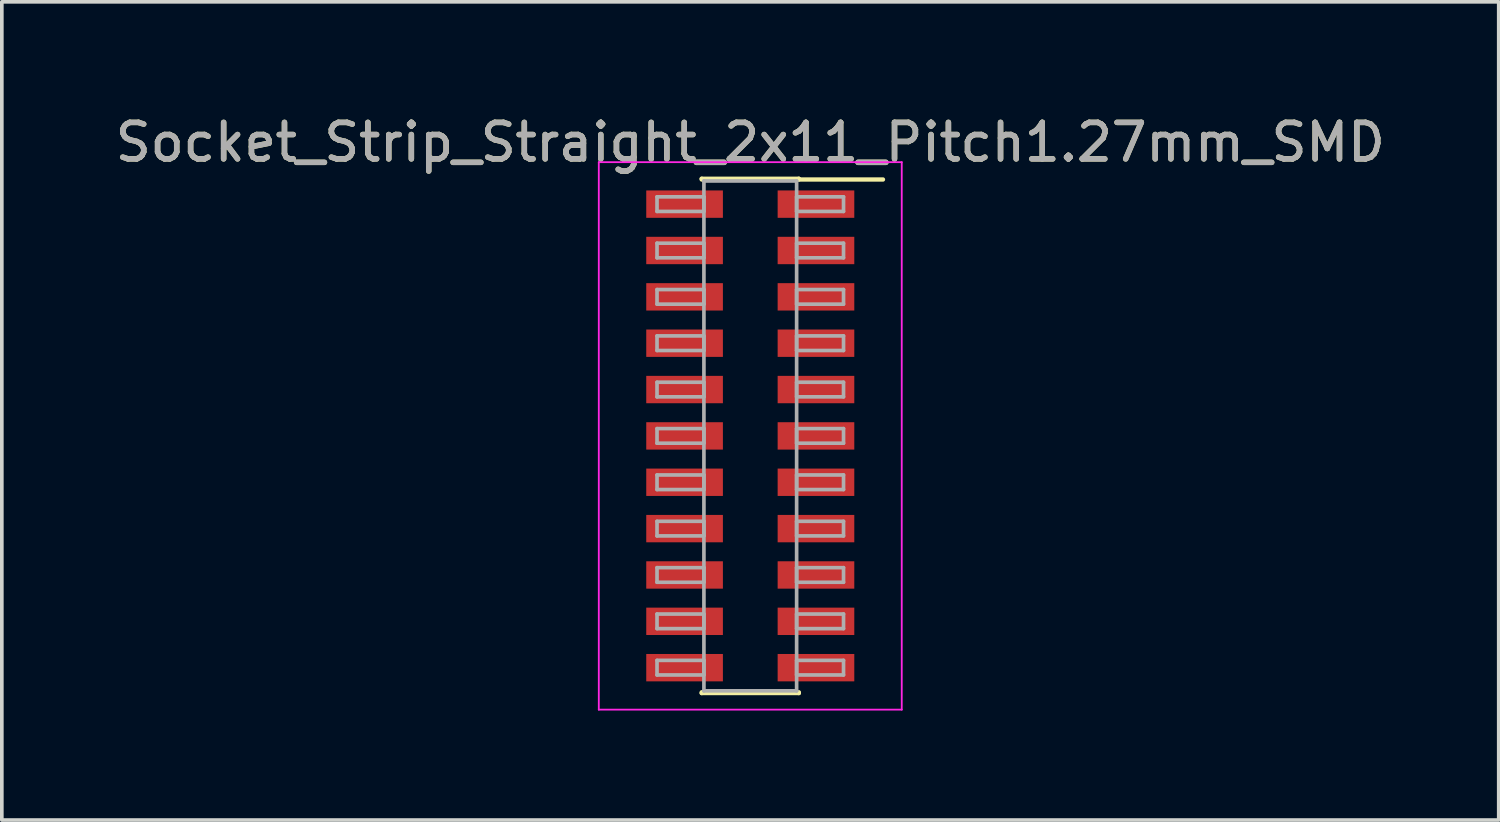
<source format=kicad_pcb>
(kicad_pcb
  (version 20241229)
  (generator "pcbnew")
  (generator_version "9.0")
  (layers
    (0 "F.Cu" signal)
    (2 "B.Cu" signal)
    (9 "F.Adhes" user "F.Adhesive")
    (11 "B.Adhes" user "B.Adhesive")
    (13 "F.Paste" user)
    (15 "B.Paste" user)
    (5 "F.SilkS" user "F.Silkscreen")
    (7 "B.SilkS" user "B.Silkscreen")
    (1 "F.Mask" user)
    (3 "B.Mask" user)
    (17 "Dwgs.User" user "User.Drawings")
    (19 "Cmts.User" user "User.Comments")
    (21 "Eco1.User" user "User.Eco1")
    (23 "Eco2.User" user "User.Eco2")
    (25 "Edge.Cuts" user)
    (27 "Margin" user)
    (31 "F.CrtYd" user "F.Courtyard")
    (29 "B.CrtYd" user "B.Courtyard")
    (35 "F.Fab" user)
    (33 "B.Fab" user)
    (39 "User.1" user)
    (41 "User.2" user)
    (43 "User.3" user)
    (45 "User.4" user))
  (footprint "Socket_Strip_Straight_2x11_Pitch1.27mm_SMD"
    (layer "F.Cu")
    (at 17.506 8.893)
    (property "Reference" "Socket_Strip_Straight_2x11_Pitch1.27mm_SMD" (at 0 -8.045 0) (layer "F.SilkS") (effects (font (size 1 1) (thickness 0.15))))
    (attr smd)
    (fp_line (start -1.33 -7.045) (end 1.33 -7.045) (stroke (width 0.12) (type solid)) (layer "F.SilkS"))
    (fp_line (start -1.33 -7.025) (end -1.33 -7.045) (stroke (width 0.12) (type solid)) (layer "F.SilkS"))
    (fp_line (start -1.33 7.025) (end -1.33 7.045) (stroke (width 0.12) (type solid)) (layer "F.SilkS"))
    (fp_line (start -1.33 7.045) (end 1.33 7.045) (stroke (width 0.12) (type solid)) (layer "F.SilkS"))
    (fp_line (start 1.33 -7.045) (end 1.33 -7.025) (stroke (width 0.12) (type solid)) (layer "F.SilkS"))
    (fp_line (start 1.33 7.045) (end 1.33 7.025) (stroke (width 0.12) (type solid)) (layer "F.SilkS"))
    (fp_line (start 3.635 -7.025) (end 1.33 -7.025) (stroke (width 0.12) (type solid)) (layer "F.SilkS"))
    (fp_line (start -4.15 -7.5) (end -4.15 7.5) (stroke (width 0.05) (type solid)) (layer "F.CrtYd"))
    (fp_line (start -4.15 7.5) (end 4.15 7.5) (stroke (width 0.05) (type solid)) (layer "F.CrtYd"))
    (fp_line (start 4.15 -7.5) (end -4.15 -7.5) (stroke (width 0.05) (type solid)) (layer "F.CrtYd"))
    (fp_line (start 4.15 7.5) (end 4.15 -7.5) (stroke (width 0.05) (type solid)) (layer "F.CrtYd"))
    (fp_line (start -2.555 -6.55) (end -1.27 -6.55) (stroke (width 0.1) (type solid)) (layer "F.Fab"))
    (fp_line (start -2.555 -6.15) (end -2.555 -6.55) (stroke (width 0.1) (type solid)) (layer "F.Fab"))
    (fp_line (start -2.555 -5.28) (end -1.27 -5.28) (stroke (width 0.1) (type solid)) (layer "F.Fab"))
    (fp_line (start -2.555 -4.88) (end -2.555 -5.28) (stroke (width 0.1) (type solid)) (layer "F.Fab"))
    (fp_line (start -2.555 -4.01) (end -1.27 -4.01) (stroke (width 0.1) (type solid)) (layer "F.Fab"))
    (fp_line (start -2.555 -3.61) (end -2.555 -4.01) (stroke (width 0.1) (type solid)) (layer "F.Fab"))
    (fp_line (start -2.555 -2.74) (end -1.27 -2.74) (stroke (width 0.1) (type solid)) (layer "F.Fab"))
    (fp_line (start -2.555 -2.34) (end -2.555 -2.74) (stroke (width 0.1) (type solid)) (layer "F.Fab"))
    (fp_line (start -2.555 -1.47) (end -1.27 -1.47) (stroke (width 0.1) (type solid)) (layer "F.Fab"))
    (fp_line (start -2.555 -1.07) (end -2.555 -1.47) (stroke (width 0.1) (type solid)) (layer "F.Fab"))
    (fp_line (start -2.555 -0.2) (end -1.27 -0.2) (stroke (width 0.1) (type solid)) (layer "F.Fab"))
    (fp_line (start -2.555 0.2) (end -2.555 -0.2) (stroke (width 0.1) (type solid)) (layer "F.Fab"))
    (fp_line (start -2.555 1.07) (end -1.27 1.07) (stroke (width 0.1) (type solid)) (layer "F.Fab"))
    (fp_line (start -2.555 1.47) (end -2.555 1.07) (stroke (width 0.1) (type solid)) (layer "F.Fab"))
    (fp_line (start -2.555 2.34) (end -1.27 2.34) (stroke (width 0.1) (type solid)) (layer "F.Fab"))
    (fp_line (start -2.555 2.74) (end -2.555 2.34) (stroke (width 0.1) (type solid)) (layer "F.Fab"))
    (fp_line (start -2.555 3.61) (end -1.27 3.61) (stroke (width 0.1) (type solid)) (layer "F.Fab"))
    (fp_line (start -2.555 4.01) (end -2.555 3.61) (stroke (width 0.1) (type solid)) (layer "F.Fab"))
    (fp_line (start -2.555 4.88) (end -1.27 4.88) (stroke (width 0.1) (type solid)) (layer "F.Fab"))
    (fp_line (start -2.555 5.28) (end -2.555 4.88) (stroke (width 0.1) (type solid)) (layer "F.Fab"))
    (fp_line (start -2.555 6.15) (end -1.27 6.15) (stroke (width 0.1) (type solid)) (layer "F.Fab"))
    (fp_line (start -2.555 6.55) (end -2.555 6.15) (stroke (width 0.1) (type solid)) (layer "F.Fab"))
    (fp_line (start -1.27 -6.985) (end -1.27 6.985) (stroke (width 0.1) (type solid)) (layer "F.Fab"))
    (fp_line (start -1.27 -6.55) (end -1.27 -6.15) (stroke (width 0.1) (type solid)) (layer "F.Fab"))
    (fp_line (start -1.27 -6.15) (end -2.555 -6.15) (stroke (width 0.1) (type solid)) (layer "F.Fab"))
    (fp_line (start -1.27 -5.28) (end -1.27 -4.88) (stroke (width 0.1) (type solid)) (layer "F.Fab"))
    (fp_line (start -1.27 -4.88) (end -2.555 -4.88) (stroke (width 0.1) (type solid)) (layer "F.Fab"))
    (fp_line (start -1.27 -4.01) (end -1.27 -3.61) (stroke (width 0.1) (type solid)) (layer "F.Fab"))
    (fp_line (start -1.27 -3.61) (end -2.555 -3.61) (stroke (width 0.1) (type solid)) (layer "F.Fab"))
    (fp_line (start -1.27 -2.74) (end -1.27 -2.34) (stroke (width 0.1) (type solid)) (layer "F.Fab"))
    (fp_line (start -1.27 -2.34) (end -2.555 -2.34) (stroke (width 0.1) (type solid)) (layer "F.Fab"))
    (fp_line (start -1.27 -1.47) (end -1.27 -1.07) (stroke (width 0.1) (type solid)) (layer "F.Fab"))
    (fp_line (start -1.27 -1.07) (end -2.555 -1.07) (stroke (width 0.1) (type solid)) (layer "F.Fab"))
    (fp_line (start -1.27 -0.2) (end -1.27 0.2) (stroke (width 0.1) (type solid)) (layer "F.Fab"))
    (fp_line (start -1.27 0.2) (end -2.555 0.2) (stroke (width 0.1) (type solid)) (layer "F.Fab"))
    (fp_line (start -1.27 1.07) (end -1.27 1.47) (stroke (width 0.1) (type solid)) (layer "F.Fab"))
    (fp_line (start -1.27 1.47) (end -2.555 1.47) (stroke (width 0.1) (type solid)) (layer "F.Fab"))
    (fp_line (start -1.27 2.34) (end -1.27 2.74) (stroke (width 0.1) (type solid)) (layer "F.Fab"))
    (fp_line (start -1.27 2.74) (end -2.555 2.74) (stroke (width 0.1) (type solid)) (layer "F.Fab"))
    (fp_line (start -1.27 3.61) (end -1.27 4.01) (stroke (width 0.1) (type solid)) (layer "F.Fab"))
    (fp_line (start -1.27 4.01) (end -2.555 4.01) (stroke (width 0.1) (type solid)) (layer "F.Fab"))
    (fp_line (start -1.27 4.88) (end -1.27 5.28) (stroke (width 0.1) (type solid)) (layer "F.Fab"))
    (fp_line (start -1.27 5.28) (end -2.555 5.28) (stroke (width 0.1) (type solid)) (layer "F.Fab"))
    (fp_line (start -1.27 6.15) (end -1.27 6.55) (stroke (width 0.1) (type solid)) (layer "F.Fab"))
    (fp_line (start -1.27 6.55) (end -2.555 6.55) (stroke (width 0.1) (type solid)) (layer "F.Fab"))
    (fp_line (start -1.27 6.985) (end 1.27 6.985) (stroke (width 0.1) (type solid)) (layer "F.Fab"))
    (fp_line (start 1.27 -6.985) (end -1.27 -6.985) (stroke (width 0.1) (type solid)) (layer "F.Fab"))
    (fp_line (start 1.27 -6.55) (end 1.27 -6.15) (stroke (width 0.1) (type solid)) (layer "F.Fab"))
    (fp_line (start 1.27 -6.15) (end 2.555 -6.15) (stroke (width 0.1) (type solid)) (layer "F.Fab"))
    (fp_line (start 1.27 -5.28) (end 1.27 -4.88) (stroke (width 0.1) (type solid)) (layer "F.Fab"))
    (fp_line (start 1.27 -4.88) (end 2.555 -4.88) (stroke (width 0.1) (type solid)) (layer "F.Fab"))
    (fp_line (start 1.27 -4.01) (end 1.27 -3.61) (stroke (width 0.1) (type solid)) (layer "F.Fab"))
    (fp_line (start 1.27 -3.61) (end 2.555 -3.61) (stroke (width 0.1) (type solid)) (layer "F.Fab"))
    (fp_line (start 1.27 -2.74) (end 1.27 -2.34) (stroke (width 0.1) (type solid)) (layer "F.Fab"))
    (fp_line (start 1.27 -2.34) (end 2.555 -2.34) (stroke (width 0.1) (type solid)) (layer "F.Fab"))
    (fp_line (start 1.27 -1.47) (end 1.27 -1.07) (stroke (width 0.1) (type solid)) (layer "F.Fab"))
    (fp_line (start 1.27 -1.07) (end 2.555 -1.07) (stroke (width 0.1) (type solid)) (layer "F.Fab"))
    (fp_line (start 1.27 -0.2) (end 1.27 0.2) (stroke (width 0.1) (type solid)) (layer "F.Fab"))
    (fp_line (start 1.27 0.2) (end 2.555 0.2) (stroke (width 0.1) (type solid)) (layer "F.Fab"))
    (fp_line (start 1.27 1.07) (end 1.27 1.47) (stroke (width 0.1) (type solid)) (layer "F.Fab"))
    (fp_line (start 1.27 1.47) (end 2.555 1.47) (stroke (width 0.1) (type solid)) (layer "F.Fab"))
    (fp_line (start 1.27 2.34) (end 1.27 2.74) (stroke (width 0.1) (type solid)) (layer "F.Fab"))
    (fp_line (start 1.27 2.74) (end 2.555 2.74) (stroke (width 0.1) (type solid)) (layer "F.Fab"))
    (fp_line (start 1.27 3.61) (end 1.27 4.01) (stroke (width 0.1) (type solid)) (layer "F.Fab"))
    (fp_line (start 1.27 4.01) (end 2.555 4.01) (stroke (width 0.1) (type solid)) (layer "F.Fab"))
    (fp_line (start 1.27 4.88) (end 1.27 5.28) (stroke (width 0.1) (type solid)) (layer "F.Fab"))
    (fp_line (start 1.27 5.28) (end 2.555 5.28) (stroke (width 0.1) (type solid)) (layer "F.Fab"))
    (fp_line (start 1.27 6.15) (end 1.27 6.55) (stroke (width 0.1) (type solid)) (layer "F.Fab"))
    (fp_line (start 1.27 6.55) (end 2.555 6.55) (stroke (width 0.1) (type solid)) (layer "F.Fab"))
    (fp_line (start 1.27 6.985) (end 1.27 -6.985) (stroke (width 0.1) (type solid)) (layer "F.Fab"))
    (fp_line (start 2.555 -6.55) (end 1.27 -6.55) (stroke (width 0.1) (type solid)) (layer "F.Fab"))
    (fp_line (start 2.555 -6.15) (end 2.555 -6.55) (stroke (width 0.1) (type solid)) (layer "F.Fab"))
    (fp_line (start 2.555 -5.28) (end 1.27 -5.28) (stroke (width 0.1) (type solid)) (layer "F.Fab"))
    (fp_line (start 2.555 -4.88) (end 2.555 -5.28) (stroke (width 0.1) (type solid)) (layer "F.Fab"))
    (fp_line (start 2.555 -4.01) (end 1.27 -4.01) (stroke (width 0.1) (type solid)) (layer "F.Fab"))
    (fp_line (start 2.555 -3.61) (end 2.555 -4.01) (stroke (width 0.1) (type solid)) (layer "F.Fab"))
    (fp_line (start 2.555 -2.74) (end 1.27 -2.74) (stroke (width 0.1) (type solid)) (layer "F.Fab"))
    (fp_line (start 2.555 -2.34) (end 2.555 -2.74) (stroke (width 0.1) (type solid)) (layer "F.Fab"))
    (fp_line (start 2.555 -1.47) (end 1.27 -1.47) (stroke (width 0.1) (type solid)) (layer "F.Fab"))
    (fp_line (start 2.555 -1.07) (end 2.555 -1.47) (stroke (width 0.1) (type solid)) (layer "F.Fab"))
    (fp_line (start 2.555 -0.2) (end 1.27 -0.2) (stroke (width 0.1) (type solid)) (layer "F.Fab"))
    (fp_line (start 2.555 0.2) (end 2.555 -0.2) (stroke (width 0.1) (type solid)) (layer "F.Fab"))
    (fp_line (start 2.555 1.07) (end 1.27 1.07) (stroke (width 0.1) (type solid)) (layer "F.Fab"))
    (fp_line (start 2.555 1.47) (end 2.555 1.07) (stroke (width 0.1) (type solid)) (layer "F.Fab"))
    (fp_line (start 2.555 2.34) (end 1.27 2.34) (stroke (width 0.1) (type solid)) (layer "F.Fab"))
    (fp_line (start 2.555 2.74) (end 2.555 2.34) (stroke (width 0.1) (type solid)) (layer "F.Fab"))
    (fp_line (start 2.555 3.61) (end 1.27 3.61) (stroke (width 0.1) (type solid)) (layer "F.Fab"))
    (fp_line (start 2.555 4.01) (end 2.555 3.61) (stroke (width 0.1) (type solid)) (layer "F.Fab"))
    (fp_line (start 2.555 4.88) (end 1.27 4.88) (stroke (width 0.1) (type solid)) (layer "F.Fab"))
    (fp_line (start 2.555 5.28) (end 2.555 4.88) (stroke (width 0.1) (type solid)) (layer "F.Fab"))
    (fp_line (start 2.555 6.15) (end 1.27 6.15) (stroke (width 0.1) (type solid)) (layer "F.Fab"))
    (fp_line (start 2.555 6.55) (end 2.555 6.15) (stroke (width 0.1) (type solid)) (layer "F.Fab"))
    (fp_text user "${REFERENCE}" (at 0 -8.045 0) (layer "F.Fab") (effects (font (size 1 1) (thickness 0.15))))
    (pad "1" smd rect (at 1.8 -6.35) (size 2.1 0.75) (layers "F.Cu" "F.Mask" "F.Paste"))
    (pad "2" smd rect (at -1.8 -6.35) (size 2.1 0.75) (layers "F.Cu" "F.Mask" "F.Paste"))
    (pad "3" smd rect (at 1.8 -5.08) (size 2.1 0.75) (layers "F.Cu" "F.Mask" "F.Paste"))
    (pad "4" smd rect (at -1.8 -5.08) (size 2.1 0.75) (layers "F.Cu" "F.Mask" "F.Paste"))
    (pad "5" smd rect (at 1.8 -3.81) (size 2.1 0.75) (layers "F.Cu" "F.Mask" "F.Paste"))
    (pad "6" smd rect (at -1.8 -3.81) (size 2.1 0.75) (layers "F.Cu" "F.Mask" "F.Paste"))
    (pad "7" smd rect (at 1.8 -2.54) (size 2.1 0.75) (layers "F.Cu" "F.Mask" "F.Paste"))
    (pad "8" smd rect (at -1.8 -2.54) (size 2.1 0.75) (layers "F.Cu" "F.Mask" "F.Paste"))
    (pad "9" smd rect (at 1.8 -1.27) (size 2.1 0.75) (layers "F.Cu" "F.Mask" "F.Paste"))
    (pad "10" smd rect (at -1.8 -1.27) (size 2.1 0.75) (layers "F.Cu" "F.Mask" "F.Paste"))
    (pad "11" smd rect (at 1.8 0) (size 2.1 0.75) (layers "F.Cu" "F.Mask" "F.Paste"))
    (pad "12" smd rect (at -1.8 0) (size 2.1 0.75) (layers "F.Cu" "F.Mask" "F.Paste"))
    (pad "13" smd rect (at 1.8 1.27) (size 2.1 0.75) (layers "F.Cu" "F.Mask" "F.Paste"))
    (pad "14" smd rect (at -1.8 1.27) (size 2.1 0.75) (layers "F.Cu" "F.Mask" "F.Paste"))
    (pad "15" smd rect (at 1.8 2.54) (size 2.1 0.75) (layers "F.Cu" "F.Mask" "F.Paste"))
    (pad "16" smd rect (at -1.8 2.54) (size 2.1 0.75) (layers "F.Cu" "F.Mask" "F.Paste"))
    (pad "17" smd rect (at 1.8 3.81) (size 2.1 0.75) (layers "F.Cu" "F.Mask" "F.Paste"))
    (pad "18" smd rect (at -1.8 3.81) (size 2.1 0.75) (layers "F.Cu" "F.Mask" "F.Paste"))
    (pad "19" smd rect (at 1.8 5.08) (size 2.1 0.75) (layers "F.Cu" "F.Mask" "F.Paste"))
    (pad "20" smd rect (at -1.8 5.08) (size 2.1 0.75) (layers "F.Cu" "F.Mask" "F.Paste"))
    (pad "21" smd rect (at 1.8 6.35) (size 2.1 0.75) (layers "F.Cu" "F.Mask" "F.Paste"))
    (pad "22" smd rect (at -1.8 6.35) (size 2.1 0.75) (layers "F.Cu" "F.Mask" "F.Paste")))
  (gr_rect
    (start -3 -3)
    (end 38.012 19.418)
    (stroke (width 0.1) (type default))
    (fill no)
    (layer "Edge.Cuts")))
</source>
